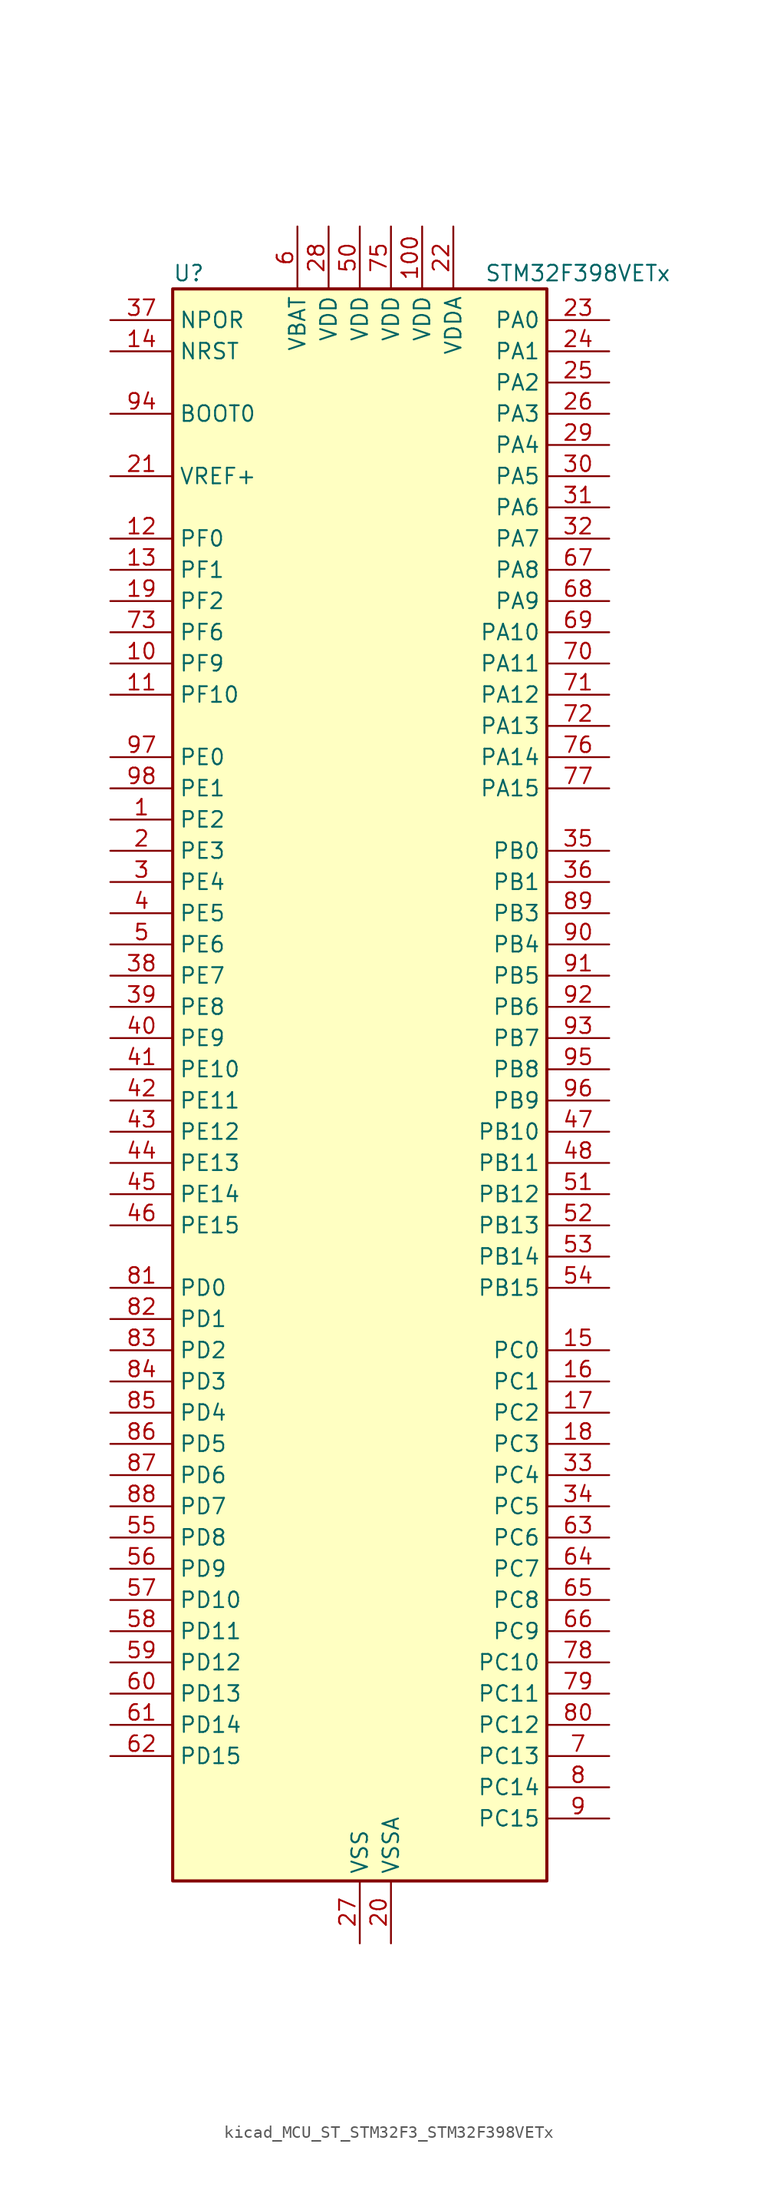
<source format=kicad_sym>
(kicad_symbol_lib
  (version 20220914)
  (generator kicad_symbol_editor)
  (symbol "kicad_MCU_ST_STM32F3_STM32F398VETx"
    (property "Reference" "U"
      (at -15.24 67.31 0)
      (effects (font (size 1.27 1.27)) (justify left)))
    (property "Value" "STM32F398VETx"
      (at 10.16 67.31 0)
      (effects (font (size 1.27 1.27)) (justify left)))
    (property "ki_locked" ""
      (at 0 0 0)
      (effects (font (size 1.27 1.27))))
    (symbol "kicad_MCU_ST_STM32F3_STM32F398VETx_0_1"
      (rectangle (start -15.24 -63.5) (end 15.24 66.04) (stroke (width 0.254) (type default)) (fill (type background))))
    (symbol "kicad_MCU_ST_STM32F3_STM32F398VETx_1_1"
      (pin bidirectional line (at -20.32 22.86 0) (length 5.08) (name "PE2" (effects (font (size 1.27 1.27)))) (number "1" (effects (font (size 1.27 1.27)))) (alternate "ADC3_EXTI2" bidirectional line) (alternate "ADC4_EXTI2" bidirectional line) (alternate "FMC_A23" bidirectional line) (alternate "SPI4_SCK" bidirectional line) (alternate "SYS_TRACECK" bidirectional line) (alternate "TIM20_CH1" bidirectional line) (alternate "TIM3_CH1" bidirectional line) (alternate "TSC_G7_IO1" bidirectional line))
      (pin bidirectional line (at -20.32 35.56 0) (length 5.08) (name "PF9" (effects (font (size 1.27 1.27)))) (number "10" (effects (font (size 1.27 1.27)))) (alternate "DAC1_EXTI9" bidirectional line) (alternate "FMC_CD" bidirectional line) (alternate "SPI2_SCK" bidirectional line) (alternate "TIM15_CH1" bidirectional line) (alternate "TIM20_BKIN" bidirectional line))
      (pin power_in line (at 5.08 71.12 270) (length 5.08) (name "VDD" (effects (font (size 1.27 1.27)))) (number "100" (effects (font (size 1.27 1.27)))))
      (pin bidirectional line (at -20.32 33.02 0) (length 5.08) (name "PF10" (effects (font (size 1.27 1.27)))) (number "11" (effects (font (size 1.27 1.27)))) (alternate "FMC_INTR" bidirectional line) (alternate "SPI2_SCK" bidirectional line) (alternate "TIM15_CH2" bidirectional line) (alternate "TIM20_BKIN2" bidirectional line))
      (pin bidirectional line (at -20.32 45.72 0) (length 5.08) (name "PF0" (effects (font (size 1.27 1.27)))) (number "12" (effects (font (size 1.27 1.27)))) (alternate "I2C2_SDA" bidirectional line) (alternate "I2S2_WS" bidirectional line) (alternate "RCC_OSC_IN" bidirectional line) (alternate "SPI2_NSS" bidirectional line) (alternate "TIM1_CH3N" bidirectional line))
      (pin bidirectional line (at -20.32 43.18 0) (length 5.08) (name "PF1" (effects (font (size 1.27 1.27)))) (number "13" (effects (font (size 1.27 1.27)))) (alternate "I2C2_SCL" bidirectional line) (alternate "I2S2_CK" bidirectional line) (alternate "RCC_OSC_OUT" bidirectional line) (alternate "SPI2_SCK" bidirectional line))
      (pin input line (at -20.32 60.96 0) (length 5.08) (name "NRST" (effects (font (size 1.27 1.27)))) (number "14" (effects (font (size 1.27 1.27)))))
      (pin bidirectional line (at 20.32 -20.32 180) (length 5.08) (name "PC0" (effects (font (size 1.27 1.27)))) (number "15" (effects (font (size 1.27 1.27)))) (alternate "ADC1_IN6" bidirectional line) (alternate "ADC2_IN6" bidirectional line) (alternate "COMP7_INM" bidirectional line) (alternate "TIM1_CH1" bidirectional line))
      (pin bidirectional line (at 20.32 -22.86 180) (length 5.08) (name "PC1" (effects (font (size 1.27 1.27)))) (number "16" (effects (font (size 1.27 1.27)))) (alternate "ADC1_IN7" bidirectional line) (alternate "ADC2_IN7" bidirectional line) (alternate "COMP7_INP" bidirectional line) (alternate "TIM1_CH2" bidirectional line))
      (pin bidirectional line (at 20.32 -25.4 180) (length 5.08) (name "PC2" (effects (font (size 1.27 1.27)))) (number "17" (effects (font (size 1.27 1.27)))) (alternate "ADC1_IN8" bidirectional line) (alternate "ADC2_IN8" bidirectional line) (alternate "ADC3_EXTI2" bidirectional line) (alternate "ADC4_EXTI2" bidirectional line) (alternate "COMP7_OUT" bidirectional line) (alternate "TIM1_CH3" bidirectional line))
      (pin bidirectional line (at 20.32 -27.94 180) (length 5.08) (name "PC3" (effects (font (size 1.27 1.27)))) (number "18" (effects (font (size 1.27 1.27)))) (alternate "ADC1_IN9" bidirectional line) (alternate "ADC2_IN9" bidirectional line) (alternate "TIM1_BKIN2" bidirectional line) (alternate "TIM1_CH4" bidirectional line))
      (pin bidirectional line (at -20.32 40.64 0) (length 5.08) (name "PF2" (effects (font (size 1.27 1.27)))) (number "19" (effects (font (size 1.27 1.27)))) (alternate "ADC1_IN10" bidirectional line) (alternate "ADC2_IN10" bidirectional line) (alternate "ADC3_EXTI2" bidirectional line) (alternate "ADC4_EXTI2" bidirectional line) (alternate "FMC_A2" bidirectional line) (alternate "TIM20_CH3" bidirectional line))
      (pin bidirectional line (at -20.32 20.32 0) (length 5.08) (name "PE3" (effects (font (size 1.27 1.27)))) (number "2" (effects (font (size 1.27 1.27)))) (alternate "FMC_A19" bidirectional line) (alternate "SPI4_NSS" bidirectional line) (alternate "SYS_TRACED0" bidirectional line) (alternate "TIM20_CH2" bidirectional line) (alternate "TIM3_CH2" bidirectional line) (alternate "TSC_G7_IO2" bidirectional line))
      (pin power_in line (at 2.54 -68.58 90) (length 5.08) (name "VSSA" (effects (font (size 1.27 1.27)))) (number "20" (effects (font (size 1.27 1.27)))))
      (pin input line (at -20.32 50.8 0) (length 5.08) (name "VREF+" (effects (font (size 1.27 1.27)))) (number "21" (effects (font (size 1.27 1.27)))))
      (pin power_in line (at 7.62 71.12 270) (length 5.08) (name "VDDA" (effects (font (size 1.27 1.27)))) (number "22" (effects (font (size 1.27 1.27)))))
      (pin bidirectional line (at 20.32 63.5 180) (length 5.08) (name "PA0" (effects (font (size 1.27 1.27)))) (number "23" (effects (font (size 1.27 1.27)))) (alternate "ADC1_IN1" bidirectional line) (alternate "COMP1_INM" bidirectional line) (alternate "COMP1_OUT" bidirectional line) (alternate "RTC_TAMP2" bidirectional line) (alternate "SYS_WKUP1" bidirectional line) (alternate "TIM2_CH1" bidirectional line) (alternate "TIM2_ETR" bidirectional line) (alternate "TIM8_BKIN" bidirectional line) (alternate "TIM8_ETR" bidirectional line) (alternate "TSC_G1_IO1" bidirectional line) (alternate "USART2_CTS" bidirectional line))
      (pin bidirectional line (at 20.32 60.96 180) (length 5.08) (name "PA1" (effects (font (size 1.27 1.27)))) (number "24" (effects (font (size 1.27 1.27)))) (alternate "ADC1_IN2" bidirectional line) (alternate "COMP1_INP" bidirectional line) (alternate "OPAMP1_VINP" bidirectional line) (alternate "OPAMP1_VINP_SEC" bidirectional line) (alternate "OPAMP3_VINP" bidirectional line) (alternate "OPAMP3_VINP_SEC" bidirectional line) (alternate "RTC_REFIN" bidirectional line) (alternate "TIM15_CH1N" bidirectional line) (alternate "TIM2_CH2" bidirectional line) (alternate "TSC_G1_IO2" bidirectional line) (alternate "USART2_DE" bidirectional line) (alternate "USART2_RTS" bidirectional line))
      (pin bidirectional line (at 20.32 58.42 180) (length 5.08) (name "PA2" (effects (font (size 1.27 1.27)))) (number "25" (effects (font (size 1.27 1.27)))) (alternate "ADC1_IN3" bidirectional line) (alternate "ADC3_EXTI2" bidirectional line) (alternate "ADC4_EXTI2" bidirectional line) (alternate "COMP2_INM" bidirectional line) (alternate "COMP2_OUT" bidirectional line) (alternate "OPAMP1_VOUT" bidirectional line) (alternate "TIM15_CH1" bidirectional line) (alternate "TIM2_CH3" bidirectional line) (alternate "TSC_G1_IO3" bidirectional line) (alternate "USART2_TX" bidirectional line))
      (pin bidirectional line (at 20.32 55.88 180) (length 5.08) (name "PA3" (effects (font (size 1.27 1.27)))) (number "26" (effects (font (size 1.27 1.27)))) (alternate "ADC1_IN4" bidirectional line) (alternate "OPAMP1_VINM" bidirectional line) (alternate "OPAMP1_VINM_SEC" bidirectional line) (alternate "OPAMP1_VINP" bidirectional line) (alternate "OPAMP1_VINP_SEC" bidirectional line) (alternate "TIM15_CH2" bidirectional line) (alternate "TIM2_CH4" bidirectional line) (alternate "TSC_G1_IO4" bidirectional line) (alternate "USART2_RX" bidirectional line))
      (pin power_in line (at 0 -68.58 90) (length 5.08) (name "VSS" (effects (font (size 1.27 1.27)))) (number "27" (effects (font (size 1.27 1.27)))))
      (pin power_in line (at -2.54 71.12 270) (length 5.08) (name "VDD" (effects (font (size 1.27 1.27)))) (number "28" (effects (font (size 1.27 1.27)))))
      (pin bidirectional line (at 20.32 53.34 180) (length 5.08) (name "PA4" (effects (font (size 1.27 1.27)))) (number "29" (effects (font (size 1.27 1.27)))) (alternate "ADC2_IN1" bidirectional line) (alternate "COMP1_INM" bidirectional line) (alternate "COMP2_INM" bidirectional line) (alternate "COMP3_INM" bidirectional line) (alternate "COMP4_INM" bidirectional line) (alternate "COMP5_INM" bidirectional line) (alternate "COMP6_INM" bidirectional line) (alternate "COMP7_INM" bidirectional line) (alternate "DAC1_OUT1" bidirectional line) (alternate "I2S3_WS" bidirectional line) (alternate "OPAMP4_VINP" bidirectional line) (alternate "OPAMP4_VINP_SEC" bidirectional line) (alternate "SPI1_NSS" bidirectional line) (alternate "SPI3_NSS" bidirectional line) (alternate "TIM3_CH2" bidirectional line) (alternate "TSC_G2_IO1" bidirectional line) (alternate "USART2_CK" bidirectional line))
      (pin bidirectional line (at -20.32 17.78 0) (length 5.08) (name "PE4" (effects (font (size 1.27 1.27)))) (number "3" (effects (font (size 1.27 1.27)))) (alternate "FMC_A20" bidirectional line) (alternate "SPI4_NSS" bidirectional line) (alternate "SYS_TRACED1" bidirectional line) (alternate "TIM20_CH1N" bidirectional line) (alternate "TIM3_CH3" bidirectional line) (alternate "TSC_G7_IO3" bidirectional line))
      (pin bidirectional line (at 20.32 50.8 180) (length 5.08) (name "PA5" (effects (font (size 1.27 1.27)))) (number "30" (effects (font (size 1.27 1.27)))) (alternate "ADC2_IN2" bidirectional line) (alternate "COMP1_INM" bidirectional line) (alternate "COMP2_INM" bidirectional line) (alternate "COMP3_INM" bidirectional line) (alternate "COMP4_INM" bidirectional line) (alternate "COMP5_INM" bidirectional line) (alternate "COMP6_INM" bidirectional line) (alternate "COMP7_INM" bidirectional line) (alternate "DAC1_OUT2" bidirectional line) (alternate "OPAMP1_VINP" bidirectional line) (alternate "OPAMP1_VINP_SEC" bidirectional line) (alternate "OPAMP2_VINM" bidirectional line) (alternate "OPAMP2_VINM_SEC" bidirectional line) (alternate "OPAMP3_VINP" bidirectional line) (alternate "OPAMP3_VINP_SEC" bidirectional line) (alternate "SPI1_SCK" bidirectional line) (alternate "TIM2_CH1" bidirectional line) (alternate "TIM2_ETR" bidirectional line) (alternate "TSC_G2_IO2" bidirectional line))
      (pin bidirectional line (at 20.32 48.26 180) (length 5.08) (name "PA6" (effects (font (size 1.27 1.27)))) (number "31" (effects (font (size 1.27 1.27)))) (alternate "ADC2_IN3" bidirectional line) (alternate "COMP1_OUT" bidirectional line) (alternate "OPAMP2_VOUT" bidirectional line) (alternate "SPI1_MISO" bidirectional line) (alternate "TIM16_CH1" bidirectional line) (alternate "TIM1_BKIN" bidirectional line) (alternate "TIM3_CH1" bidirectional line) (alternate "TIM8_BKIN" bidirectional line) (alternate "TSC_G2_IO3" bidirectional line))
      (pin bidirectional line (at 20.32 45.72 180) (length 5.08) (name "PA7" (effects (font (size 1.27 1.27)))) (number "32" (effects (font (size 1.27 1.27)))) (alternate "ADC2_IN4" bidirectional line) (alternate "COMP2_INP" bidirectional line) (alternate "OPAMP1_VINP" bidirectional line) (alternate "OPAMP1_VINP_SEC" bidirectional line) (alternate "OPAMP2_VINP" bidirectional line) (alternate "OPAMP2_VINP_SEC" bidirectional line) (alternate "SPI1_MOSI" bidirectional line) (alternate "TIM17_CH1" bidirectional line) (alternate "TIM1_CH1N" bidirectional line) (alternate "TIM3_CH2" bidirectional line) (alternate "TIM8_CH1N" bidirectional line) (alternate "TSC_G2_IO4" bidirectional line))
      (pin bidirectional line (at 20.32 -30.48 180) (length 5.08) (name "PC4" (effects (font (size 1.27 1.27)))) (number "33" (effects (font (size 1.27 1.27)))) (alternate "ADC2_IN5" bidirectional line) (alternate "TIM1_ETR" bidirectional line) (alternate "USART1_TX" bidirectional line))
      (pin bidirectional line (at 20.32 -33.02 180) (length 5.08) (name "PC5" (effects (font (size 1.27 1.27)))) (number "34" (effects (font (size 1.27 1.27)))) (alternate "ADC2_IN11" bidirectional line) (alternate "OPAMP1_VINM" bidirectional line) (alternate "OPAMP1_VINM_SEC" bidirectional line) (alternate "OPAMP2_VINM" bidirectional line) (alternate "OPAMP2_VINM_SEC" bidirectional line) (alternate "TIM15_BKIN" bidirectional line) (alternate "TSC_G3_IO1" bidirectional line) (alternate "USART1_RX" bidirectional line))
      (pin bidirectional line (at 20.32 20.32 180) (length 5.08) (name "PB0" (effects (font (size 1.27 1.27)))) (number "35" (effects (font (size 1.27 1.27)))) (alternate "ADC3_IN12" bidirectional line) (alternate "COMP4_INP" bidirectional line) (alternate "OPAMP2_VINP" bidirectional line) (alternate "OPAMP2_VINP_SEC" bidirectional line) (alternate "OPAMP3_VINP" bidirectional line) (alternate "OPAMP3_VINP_SEC" bidirectional line) (alternate "TIM1_CH2N" bidirectional line) (alternate "TIM3_CH3" bidirectional line) (alternate "TIM8_CH2N" bidirectional line) (alternate "TSC_G3_IO2" bidirectional line))
      (pin bidirectional line (at 20.32 17.78 180) (length 5.08) (name "PB1" (effects (font (size 1.27 1.27)))) (number "36" (effects (font (size 1.27 1.27)))) (alternate "ADC3_IN1" bidirectional line) (alternate "COMP4_OUT" bidirectional line) (alternate "OPAMP3_VOUT" bidirectional line) (alternate "TIM1_CH3N" bidirectional line) (alternate "TIM3_CH4" bidirectional line) (alternate "TIM8_CH3N" bidirectional line) (alternate "TSC_G3_IO3" bidirectional line))
      (pin input line (at -20.32 63.5 0) (length 5.08) (name "NPOR" (effects (font (size 1.27 1.27)))) (number "37" (effects (font (size 1.27 1.27)))))
      (pin bidirectional line (at -20.32 10.16 0) (length 5.08) (name "PE7" (effects (font (size 1.27 1.27)))) (number "38" (effects (font (size 1.27 1.27)))) (alternate "ADC3_IN13" bidirectional line) (alternate "FMC_D4" bidirectional line) (alternate "FMC_DA4" bidirectional line) (alternate "TIM1_ETR" bidirectional line))
      (pin bidirectional line (at -20.32 7.62 0) (length 5.08) (name "PE8" (effects (font (size 1.27 1.27)))) (number "39" (effects (font (size 1.27 1.27)))) (alternate "ADC3_IN6" bidirectional line) (alternate "ADC4_IN6" bidirectional line) (alternate "COMP4_INM" bidirectional line) (alternate "FMC_D5" bidirectional line) (alternate "FMC_DA5" bidirectional line) (alternate "TIM1_CH1N" bidirectional line))
      (pin bidirectional line (at -20.32 15.24 0) (length 5.08) (name "PE5" (effects (font (size 1.27 1.27)))) (number "4" (effects (font (size 1.27 1.27)))) (alternate "FMC_A21" bidirectional line) (alternate "SPI4_MISO" bidirectional line) (alternate "SYS_TRACED2" bidirectional line) (alternate "TIM20_CH2N" bidirectional line) (alternate "TIM3_CH4" bidirectional line) (alternate "TSC_G7_IO4" bidirectional line))
      (pin bidirectional line (at -20.32 5.08 0) (length 5.08) (name "PE9" (effects (font (size 1.27 1.27)))) (number "40" (effects (font (size 1.27 1.27)))) (alternate "ADC3_IN2" bidirectional line) (alternate "DAC1_EXTI9" bidirectional line) (alternate "FMC_D6" bidirectional line) (alternate "FMC_DA6" bidirectional line) (alternate "TIM1_CH1" bidirectional line))
      (pin bidirectional line (at -20.32 2.54 0) (length 5.08) (name "PE10" (effects (font (size 1.27 1.27)))) (number "41" (effects (font (size 1.27 1.27)))) (alternate "ADC3_IN14" bidirectional line) (alternate "FMC_D7" bidirectional line) (alternate "FMC_DA7" bidirectional line) (alternate "TIM1_CH2N" bidirectional line))
      (pin bidirectional line (at -20.32 0 0) (length 5.08) (name "PE11" (effects (font (size 1.27 1.27)))) (number "42" (effects (font (size 1.27 1.27)))) (alternate "ADC1_EXTI11" bidirectional line) (alternate "ADC2_EXTI11" bidirectional line) (alternate "ADC3_IN15" bidirectional line) (alternate "FMC_D8" bidirectional line) (alternate "FMC_DA8" bidirectional line) (alternate "SPI4_NSS" bidirectional line) (alternate "TIM1_CH2" bidirectional line))
      (pin bidirectional line (at -20.32 -2.54 0) (length 5.08) (name "PE12" (effects (font (size 1.27 1.27)))) (number "43" (effects (font (size 1.27 1.27)))) (alternate "ADC3_IN16" bidirectional line) (alternate "FMC_D9" bidirectional line) (alternate "FMC_DA9" bidirectional line) (alternate "SPI4_SCK" bidirectional line) (alternate "TIM1_CH3N" bidirectional line))
      (pin bidirectional line (at -20.32 -5.08 0) (length 5.08) (name "PE13" (effects (font (size 1.27 1.27)))) (number "44" (effects (font (size 1.27 1.27)))) (alternate "ADC3_IN3" bidirectional line) (alternate "FMC_D10" bidirectional line) (alternate "FMC_DA10" bidirectional line) (alternate "SPI4_MISO" bidirectional line) (alternate "TIM1_CH3" bidirectional line))
      (pin bidirectional line (at -20.32 -7.62 0) (length 5.08) (name "PE14" (effects (font (size 1.27 1.27)))) (number "45" (effects (font (size 1.27 1.27)))) (alternate "ADC4_IN1" bidirectional line) (alternate "FMC_D11" bidirectional line) (alternate "FMC_DA11" bidirectional line) (alternate "SPI4_MOSI" bidirectional line) (alternate "TIM1_BKIN2" bidirectional line) (alternate "TIM1_CH4" bidirectional line))
      (pin bidirectional line (at -20.32 -10.16 0) (length 5.08) (name "PE15" (effects (font (size 1.27 1.27)))) (number "46" (effects (font (size 1.27 1.27)))) (alternate "ADC1_EXTI15" bidirectional line) (alternate "ADC2_EXTI15" bidirectional line) (alternate "ADC3_EXTI15" bidirectional line) (alternate "ADC4_EXTI15" bidirectional line) (alternate "ADC4_IN2" bidirectional line) (alternate "FMC_D12" bidirectional line) (alternate "FMC_DA12" bidirectional line) (alternate "TIM1_BKIN" bidirectional line) (alternate "USART3_RX" bidirectional line))
      (pin bidirectional line (at 20.32 -2.54 180) (length 5.08) (name "PB10" (effects (font (size 1.27 1.27)))) (number "47" (effects (font (size 1.27 1.27)))) (alternate "COMP5_INM" bidirectional line) (alternate "OPAMP3_VINM" bidirectional line) (alternate "OPAMP3_VINM_SEC" bidirectional line) (alternate "OPAMP4_VINM" bidirectional line) (alternate "OPAMP4_VINM_SEC" bidirectional line) (alternate "TIM2_CH3" bidirectional line) (alternate "TSC_SYNC" bidirectional line) (alternate "USART3_TX" bidirectional line))
      (pin bidirectional line (at 20.32 -5.08 180) (length 5.08) (name "PB11" (effects (font (size 1.27 1.27)))) (number "48" (effects (font (size 1.27 1.27)))) (alternate "ADC1_EXTI11" bidirectional line) (alternate "ADC1_IN14" bidirectional line) (alternate "ADC2_EXTI11" bidirectional line) (alternate "ADC2_IN14" bidirectional line) (alternate "COMP6_INP" bidirectional line) (alternate "OPAMP4_VINP" bidirectional line) (alternate "OPAMP4_VINP_SEC" bidirectional line) (alternate "TIM2_CH4" bidirectional line) (alternate "TSC_G6_IO1" bidirectional line) (alternate "USART3_RX" bidirectional line))
      (pin passive line (at 0 -68.58 90) (length 5.08) hide (name "VSS" (effects (font (size 1.27 1.27)))) (number "49" (effects (font (size 1.27 1.27)))))
      (pin bidirectional line (at -20.32 12.7 0) (length 5.08) (name "PE6" (effects (font (size 1.27 1.27)))) (number "5" (effects (font (size 1.27 1.27)))) (alternate "FMC_A22" bidirectional line) (alternate "RTC_TAMP3" bidirectional line) (alternate "SPI4_MOSI" bidirectional line) (alternate "SYS_TRACED3" bidirectional line) (alternate "SYS_WKUP3" bidirectional line) (alternate "TIM20_CH3N" bidirectional line))
      (pin power_in line (at 0 71.12 270) (length 5.08) (name "VDD" (effects (font (size 1.27 1.27)))) (number "50" (effects (font (size 1.27 1.27)))))
      (pin bidirectional line (at 20.32 -7.62 180) (length 5.08) (name "PB12" (effects (font (size 1.27 1.27)))) (number "51" (effects (font (size 1.27 1.27)))) (alternate "ADC4_IN3" bidirectional line) (alternate "COMP3_INM" bidirectional line) (alternate "I2C2_SMBA" bidirectional line) (alternate "I2S2_WS" bidirectional line) (alternate "OPAMP4_VOUT" bidirectional line) (alternate "SPI2_NSS" bidirectional line) (alternate "TIM1_BKIN" bidirectional line) (alternate "TSC_G6_IO2" bidirectional line) (alternate "USART3_CK" bidirectional line))
      (pin bidirectional line (at 20.32 -10.16 180) (length 5.08) (name "PB13" (effects (font (size 1.27 1.27)))) (number "52" (effects (font (size 1.27 1.27)))) (alternate "ADC3_IN5" bidirectional line) (alternate "COMP5_INP" bidirectional line) (alternate "I2S2_CK" bidirectional line) (alternate "OPAMP3_VINP" bidirectional line) (alternate "OPAMP3_VINP_SEC" bidirectional line) (alternate "OPAMP4_VINP" bidirectional line) (alternate "OPAMP4_VINP_SEC" bidirectional line) (alternate "SPI2_SCK" bidirectional line) (alternate "TIM1_CH1N" bidirectional line) (alternate "TSC_G6_IO3" bidirectional line) (alternate "USART3_CTS" bidirectional line))
      (pin bidirectional line (at 20.32 -12.7 180) (length 5.08) (name "PB14" (effects (font (size 1.27 1.27)))) (number "53" (effects (font (size 1.27 1.27)))) (alternate "ADC4_IN4" bidirectional line) (alternate "COMP3_INP" bidirectional line) (alternate "I2S2_ext_SD" bidirectional line) (alternate "OPAMP2_VINP" bidirectional line) (alternate "OPAMP2_VINP_SEC" bidirectional line) (alternate "SPI2_MISO" bidirectional line) (alternate "TIM15_CH1" bidirectional line) (alternate "TIM1_CH2N" bidirectional line) (alternate "TSC_G6_IO4" bidirectional line) (alternate "USART3_DE" bidirectional line) (alternate "USART3_RTS" bidirectional line))
      (pin bidirectional line (at 20.32 -15.24 180) (length 5.08) (name "PB15" (effects (font (size 1.27 1.27)))) (number "54" (effects (font (size 1.27 1.27)))) (alternate "ADC1_EXTI15" bidirectional line) (alternate "ADC2_EXTI15" bidirectional line) (alternate "ADC3_EXTI15" bidirectional line) (alternate "ADC4_EXTI15" bidirectional line) (alternate "ADC4_IN5" bidirectional line) (alternate "COMP6_INM" bidirectional line) (alternate "I2S2_SD" bidirectional line) (alternate "RTC_REFIN" bidirectional line) (alternate "SPI2_MOSI" bidirectional line) (alternate "TIM15_CH1N" bidirectional line) (alternate "TIM15_CH2" bidirectional line) (alternate "TIM1_CH3N" bidirectional line))
      (pin bidirectional line (at -20.32 -35.56 0) (length 5.08) (name "PD8" (effects (font (size 1.27 1.27)))) (number "55" (effects (font (size 1.27 1.27)))) (alternate "ADC4_IN12" bidirectional line) (alternate "FMC_D13" bidirectional line) (alternate "FMC_DA13" bidirectional line) (alternate "OPAMP4_VINM" bidirectional line) (alternate "OPAMP4_VINM_SEC" bidirectional line) (alternate "USART3_TX" bidirectional line))
      (pin bidirectional line (at -20.32 -38.1 0) (length 5.08) (name "PD9" (effects (font (size 1.27 1.27)))) (number "56" (effects (font (size 1.27 1.27)))) (alternate "ADC4_IN13" bidirectional line) (alternate "DAC1_EXTI9" bidirectional line) (alternate "FMC_D14" bidirectional line) (alternate "FMC_DA14" bidirectional line) (alternate "USART3_RX" bidirectional line))
      (pin bidirectional line (at -20.32 -40.64 0) (length 5.08) (name "PD10" (effects (font (size 1.27 1.27)))) (number "57" (effects (font (size 1.27 1.27)))) (alternate "ADC3_IN7" bidirectional line) (alternate "ADC4_IN7" bidirectional line) (alternate "COMP6_INM" bidirectional line) (alternate "FMC_D15" bidirectional line) (alternate "FMC_DA15" bidirectional line) (alternate "USART3_CK" bidirectional line))
      (pin bidirectional line (at -20.32 -43.18 0) (length 5.08) (name "PD11" (effects (font (size 1.27 1.27)))) (number "58" (effects (font (size 1.27 1.27)))) (alternate "ADC1_EXTI11" bidirectional line) (alternate "ADC2_EXTI11" bidirectional line) (alternate "ADC3_IN8" bidirectional line) (alternate "ADC4_IN8" bidirectional line) (alternate "FMC_A16" bidirectional line) (alternate "FMC_CLE" bidirectional line) (alternate "OPAMP4_VINP" bidirectional line) (alternate "OPAMP4_VINP_SEC" bidirectional line) (alternate "USART3_CTS" bidirectional line))
      (pin bidirectional line (at -20.32 -45.72 0) (length 5.08) (name "PD12" (effects (font (size 1.27 1.27)))) (number "59" (effects (font (size 1.27 1.27)))) (alternate "ADC3_IN9" bidirectional line) (alternate "ADC4_IN9" bidirectional line) (alternate "FMC_A17" bidirectional line) (alternate "FMC_ALE" bidirectional line) (alternate "TIM4_CH1" bidirectional line) (alternate "TSC_G8_IO1" bidirectional line) (alternate "USART3_DE" bidirectional line) (alternate "USART3_RTS" bidirectional line))
      (pin power_in line (at -5.08 71.12 270) (length 5.08) (name "VBAT" (effects (font (size 1.27 1.27)))) (number "6" (effects (font (size 1.27 1.27)))))
      (pin bidirectional line (at -20.32 -48.26 0) (length 5.08) (name "PD13" (effects (font (size 1.27 1.27)))) (number "60" (effects (font (size 1.27 1.27)))) (alternate "ADC3_IN10" bidirectional line) (alternate "ADC4_IN10" bidirectional line) (alternate "COMP5_INM" bidirectional line) (alternate "FMC_A18" bidirectional line) (alternate "TIM4_CH2" bidirectional line) (alternate "TSC_G8_IO2" bidirectional line))
      (pin bidirectional line (at -20.32 -50.8 0) (length 5.08) (name "PD14" (effects (font (size 1.27 1.27)))) (number "61" (effects (font (size 1.27 1.27)))) (alternate "ADC3_IN11" bidirectional line) (alternate "ADC4_IN11" bidirectional line) (alternate "FMC_D0" bidirectional line) (alternate "FMC_DA0" bidirectional line) (alternate "OPAMP2_VINP" bidirectional line) (alternate "OPAMP2_VINP_SEC" bidirectional line) (alternate "TIM4_CH3" bidirectional line) (alternate "TSC_G8_IO3" bidirectional line))
      (pin bidirectional line (at -20.32 -53.34 0) (length 5.08) (name "PD15" (effects (font (size 1.27 1.27)))) (number "62" (effects (font (size 1.27 1.27)))) (alternate "ADC1_EXTI15" bidirectional line) (alternate "ADC2_EXTI15" bidirectional line) (alternate "ADC3_EXTI15" bidirectional line) (alternate "ADC4_EXTI15" bidirectional line) (alternate "COMP3_INM" bidirectional line) (alternate "FMC_D1" bidirectional line) (alternate "FMC_DA1" bidirectional line) (alternate "SPI2_NSS" bidirectional line) (alternate "TIM4_CH4" bidirectional line) (alternate "TSC_G8_IO4" bidirectional line))
      (pin bidirectional line (at 20.32 -35.56 180) (length 5.08) (name "PC6" (effects (font (size 1.27 1.27)))) (number "63" (effects (font (size 1.27 1.27)))) (alternate "COMP6_OUT" bidirectional line) (alternate "I2S2_MCK" bidirectional line) (alternate "TIM3_CH1" bidirectional line) (alternate "TIM8_CH1" bidirectional line))
      (pin bidirectional line (at 20.32 -38.1 180) (length 5.08) (name "PC7" (effects (font (size 1.27 1.27)))) (number "64" (effects (font (size 1.27 1.27)))) (alternate "COMP5_OUT" bidirectional line) (alternate "I2S3_MCK" bidirectional line) (alternate "TIM3_CH2" bidirectional line) (alternate "TIM8_CH2" bidirectional line))
      (pin bidirectional line (at 20.32 -40.64 180) (length 5.08) (name "PC8" (effects (font (size 1.27 1.27)))) (number "65" (effects (font (size 1.27 1.27)))) (alternate "COMP3_OUT" bidirectional line) (alternate "TIM3_CH3" bidirectional line) (alternate "TIM8_CH3" bidirectional line))
      (pin bidirectional line (at 20.32 -43.18 180) (length 5.08) (name "PC9" (effects (font (size 1.27 1.27)))) (number "66" (effects (font (size 1.27 1.27)))) (alternate "DAC1_EXTI9" bidirectional line) (alternate "I2C3_SDA" bidirectional line) (alternate "I2S_CKIN" bidirectional line) (alternate "TIM3_CH4" bidirectional line) (alternate "TIM8_BKIN2" bidirectional line) (alternate "TIM8_CH4" bidirectional line))
      (pin bidirectional line (at 20.32 43.18 180) (length 5.08) (name "PA8" (effects (font (size 1.27 1.27)))) (number "67" (effects (font (size 1.27 1.27)))) (alternate "COMP3_OUT" bidirectional line) (alternate "I2C2_SMBA" bidirectional line) (alternate "I2C3_SCL" bidirectional line) (alternate "I2S2_MCK" bidirectional line) (alternate "RCC_MCO" bidirectional line) (alternate "TIM1_CH1" bidirectional line) (alternate "TIM4_ETR" bidirectional line) (alternate "USART1_CK" bidirectional line))
      (pin bidirectional line (at 20.32 40.64 180) (length 5.08) (name "PA9" (effects (font (size 1.27 1.27)))) (number "68" (effects (font (size 1.27 1.27)))) (alternate "COMP5_OUT" bidirectional line) (alternate "DAC1_EXTI9" bidirectional line) (alternate "I2C2_SCL" bidirectional line) (alternate "I2C3_SMBA" bidirectional line) (alternate "I2S3_MCK" bidirectional line) (alternate "TIM15_BKIN" bidirectional line) (alternate "TIM1_CH2" bidirectional line) (alternate "TIM2_CH3" bidirectional line) (alternate "TSC_G4_IO1" bidirectional line) (alternate "USART1_TX" bidirectional line))
      (pin bidirectional line (at 20.32 38.1 180) (length 5.08) (name "PA10" (effects (font (size 1.27 1.27)))) (number "69" (effects (font (size 1.27 1.27)))) (alternate "COMP6_OUT" bidirectional line) (alternate "I2C2_SDA" bidirectional line) (alternate "I2S2_ext_SD" bidirectional line) (alternate "SPI2_MISO" bidirectional line) (alternate "TIM17_BKIN" bidirectional line) (alternate "TIM1_CH3" bidirectional line) (alternate "TIM2_CH4" bidirectional line) (alternate "TIM8_BKIN" bidirectional line) (alternate "TSC_G4_IO2" bidirectional line) (alternate "USART1_RX" bidirectional line))
      (pin bidirectional line (at 20.32 -53.34 180) (length 5.08) (name "PC13" (effects (font (size 1.27 1.27)))) (number "7" (effects (font (size 1.27 1.27)))) (alternate "RTC_OUT_ALARM" bidirectional line) (alternate "RTC_OUT_CALIB" bidirectional line) (alternate "RTC_TAMP1" bidirectional line) (alternate "RTC_TS" bidirectional line) (alternate "SYS_WKUP2" bidirectional line) (alternate "TIM1_CH1N" bidirectional line))
      (pin bidirectional line (at 20.32 35.56 180) (length 5.08) (name "PA11" (effects (font (size 1.27 1.27)))) (number "70" (effects (font (size 1.27 1.27)))) (alternate "ADC1_EXTI11" bidirectional line) (alternate "ADC2_EXTI11" bidirectional line) (alternate "CAN_RX" bidirectional line) (alternate "COMP1_OUT" bidirectional line) (alternate "I2S2_SD" bidirectional line) (alternate "SPI2_MOSI" bidirectional line) (alternate "TIM1_BKIN2" bidirectional line) (alternate "TIM1_CH1N" bidirectional line) (alternate "TIM1_CH4" bidirectional line) (alternate "TIM4_CH1" bidirectional line) (alternate "USART1_CTS" bidirectional line))
      (pin bidirectional line (at 20.32 33.02 180) (length 5.08) (name "PA12" (effects (font (size 1.27 1.27)))) (number "71" (effects (font (size 1.27 1.27)))) (alternate "CAN_TX" bidirectional line) (alternate "COMP2_OUT" bidirectional line) (alternate "I2S_CKIN" bidirectional line) (alternate "TIM16_CH1" bidirectional line) (alternate "TIM1_CH2N" bidirectional line) (alternate "TIM1_ETR" bidirectional line) (alternate "TIM4_CH2" bidirectional line) (alternate "USART1_DE" bidirectional line) (alternate "USART1_RTS" bidirectional line))
      (pin bidirectional line (at 20.32 30.48 180) (length 5.08) (name "PA13" (effects (font (size 1.27 1.27)))) (number "72" (effects (font (size 1.27 1.27)))) (alternate "IR_OUT" bidirectional line) (alternate "SYS_JTMS-SWDIO" bidirectional line) (alternate "TIM16_CH1N" bidirectional line) (alternate "TIM4_CH3" bidirectional line) (alternate "TSC_G4_IO3" bidirectional line) (alternate "USART3_CTS" bidirectional line))
      (pin bidirectional line (at -20.32 38.1 0) (length 5.08) (name "PF6" (effects (font (size 1.27 1.27)))) (number "73" (effects (font (size 1.27 1.27)))) (alternate "FMC_NIORD" bidirectional line) (alternate "I2C2_SCL" bidirectional line) (alternate "TIM4_CH4" bidirectional line) (alternate "USART3_DE" bidirectional line) (alternate "USART3_RTS" bidirectional line))
      (pin passive line (at 0 -68.58 90) (length 5.08) hide (name "VSS" (effects (font (size 1.27 1.27)))) (number "74" (effects (font (size 1.27 1.27)))))
      (pin power_in line (at 2.54 71.12 270) (length 5.08) (name "VDD" (effects (font (size 1.27 1.27)))) (number "75" (effects (font (size 1.27 1.27)))))
      (pin bidirectional line (at 20.32 27.94 180) (length 5.08) (name "PA14" (effects (font (size 1.27 1.27)))) (number "76" (effects (font (size 1.27 1.27)))) (alternate "I2C1_SDA" bidirectional line) (alternate "SYS_JTCK-SWCLK" bidirectional line) (alternate "TIM1_BKIN" bidirectional line) (alternate "TIM8_CH2" bidirectional line) (alternate "TSC_G4_IO4" bidirectional line) (alternate "USART2_TX" bidirectional line))
      (pin bidirectional line (at 20.32 25.4 180) (length 5.08) (name "PA15" (effects (font (size 1.27 1.27)))) (number "77" (effects (font (size 1.27 1.27)))) (alternate "ADC1_EXTI15" bidirectional line) (alternate "ADC2_EXTI15" bidirectional line) (alternate "ADC3_EXTI15" bidirectional line) (alternate "ADC4_EXTI15" bidirectional line) (alternate "I2C1_SCL" bidirectional line) (alternate "I2S3_WS" bidirectional line) (alternate "SPI1_NSS" bidirectional line) (alternate "SPI3_NSS" bidirectional line) (alternate "SYS_JTDI" bidirectional line) (alternate "TIM1_BKIN" bidirectional line) (alternate "TIM2_CH1" bidirectional line) (alternate "TIM2_ETR" bidirectional line) (alternate "TIM8_CH1" bidirectional line) (alternate "TSC_SYNC" bidirectional line) (alternate "USART2_RX" bidirectional line))
      (pin bidirectional line (at 20.32 -45.72 180) (length 5.08) (name "PC10" (effects (font (size 1.27 1.27)))) (number "78" (effects (font (size 1.27 1.27)))) (alternate "I2S3_CK" bidirectional line) (alternate "SPI3_SCK" bidirectional line) (alternate "TIM8_CH1N" bidirectional line) (alternate "UART4_TX" bidirectional line) (alternate "USART3_TX" bidirectional line))
      (pin bidirectional line (at 20.32 -48.26 180) (length 5.08) (name "PC11" (effects (font (size 1.27 1.27)))) (number "79" (effects (font (size 1.27 1.27)))) (alternate "ADC1_EXTI11" bidirectional line) (alternate "ADC2_EXTI11" bidirectional line) (alternate "I2S3_ext_SD" bidirectional line) (alternate "SPI3_MISO" bidirectional line) (alternate "TIM8_CH2N" bidirectional line) (alternate "UART4_RX" bidirectional line) (alternate "USART3_RX" bidirectional line))
      (pin bidirectional line (at 20.32 -55.88 180) (length 5.08) (name "PC14" (effects (font (size 1.27 1.27)))) (number "8" (effects (font (size 1.27 1.27)))) (alternate "RCC_OSC32_IN" bidirectional line))
      (pin bidirectional line (at 20.32 -50.8 180) (length 5.08) (name "PC12" (effects (font (size 1.27 1.27)))) (number "80" (effects (font (size 1.27 1.27)))) (alternate "I2S3_SD" bidirectional line) (alternate "SPI3_MOSI" bidirectional line) (alternate "TIM8_CH3N" bidirectional line) (alternate "UART5_TX" bidirectional line) (alternate "USART3_CK" bidirectional line))
      (pin bidirectional line (at -20.32 -15.24 0) (length 5.08) (name "PD0" (effects (font (size 1.27 1.27)))) (number "81" (effects (font (size 1.27 1.27)))) (alternate "CAN_RX" bidirectional line) (alternate "FMC_D2" bidirectional line) (alternate "FMC_DA2" bidirectional line))
      (pin bidirectional line (at -20.32 -17.78 0) (length 5.08) (name "PD1" (effects (font (size 1.27 1.27)))) (number "82" (effects (font (size 1.27 1.27)))) (alternate "CAN_TX" bidirectional line) (alternate "FMC_D3" bidirectional line) (alternate "FMC_DA3" bidirectional line) (alternate "TIM8_BKIN2" bidirectional line) (alternate "TIM8_CH4" bidirectional line))
      (pin bidirectional line (at -20.32 -20.32 0) (length 5.08) (name "PD2" (effects (font (size 1.27 1.27)))) (number "83" (effects (font (size 1.27 1.27)))) (alternate "ADC3_EXTI2" bidirectional line) (alternate "ADC4_EXTI2" bidirectional line) (alternate "TIM3_ETR" bidirectional line) (alternate "TIM8_BKIN" bidirectional line) (alternate "UART5_RX" bidirectional line))
      (pin bidirectional line (at -20.32 -22.86 0) (length 5.08) (name "PD3" (effects (font (size 1.27 1.27)))) (number "84" (effects (font (size 1.27 1.27)))) (alternate "FMC_CLK" bidirectional line) (alternate "TIM2_CH1" bidirectional line) (alternate "TIM2_ETR" bidirectional line) (alternate "USART2_CTS" bidirectional line))
      (pin bidirectional line (at -20.32 -25.4 0) (length 5.08) (name "PD4" (effects (font (size 1.27 1.27)))) (number "85" (effects (font (size 1.27 1.27)))) (alternate "FMC_NOE" bidirectional line) (alternate "TIM2_CH2" bidirectional line) (alternate "USART2_DE" bidirectional line) (alternate "USART2_RTS" bidirectional line))
      (pin bidirectional line (at -20.32 -27.94 0) (length 5.08) (name "PD5" (effects (font (size 1.27 1.27)))) (number "86" (effects (font (size 1.27 1.27)))) (alternate "FMC_NWE" bidirectional line) (alternate "USART2_TX" bidirectional line))
      (pin bidirectional line (at -20.32 -30.48 0) (length 5.08) (name "PD6" (effects (font (size 1.27 1.27)))) (number "87" (effects (font (size 1.27 1.27)))) (alternate "FMC_NWAIT" bidirectional line) (alternate "TIM2_CH4" bidirectional line) (alternate "USART2_RX" bidirectional line))
      (pin bidirectional line (at -20.32 -33.02 0) (length 5.08) (name "PD7" (effects (font (size 1.27 1.27)))) (number "88" (effects (font (size 1.27 1.27)))) (alternate "FMC_NCE2" bidirectional line) (alternate "FMC_NE1" bidirectional line) (alternate "TIM2_CH3" bidirectional line) (alternate "USART2_CK" bidirectional line))
      (pin bidirectional line (at 20.32 15.24 180) (length 5.08) (name "PB3" (effects (font (size 1.27 1.27)))) (number "89" (effects (font (size 1.27 1.27)))) (alternate "I2S3_CK" bidirectional line) (alternate "SPI1_SCK" bidirectional line) (alternate "SPI3_SCK" bidirectional line) (alternate "SYS_JTDO-TRACESWO" bidirectional line) (alternate "TIM2_CH2" bidirectional line) (alternate "TIM3_ETR" bidirectional line) (alternate "TIM4_ETR" bidirectional line) (alternate "TIM8_CH1N" bidirectional line) (alternate "TSC_G5_IO1" bidirectional line) (alternate "USART2_TX" bidirectional line))
      (pin bidirectional line (at 20.32 -58.42 180) (length 5.08) (name "PC15" (effects (font (size 1.27 1.27)))) (number "9" (effects (font (size 1.27 1.27)))) (alternate "ADC1_EXTI15" bidirectional line) (alternate "ADC2_EXTI15" bidirectional line) (alternate "ADC3_EXTI15" bidirectional line) (alternate "ADC4_EXTI15" bidirectional line) (alternate "RCC_OSC32_OUT" bidirectional line))
      (pin bidirectional line (at 20.32 12.7 180) (length 5.08) (name "PB4" (effects (font (size 1.27 1.27)))) (number "90" (effects (font (size 1.27 1.27)))) (alternate "I2S3_ext_SD" bidirectional line) (alternate "SPI1_MISO" bidirectional line) (alternate "SPI3_MISO" bidirectional line) (alternate "SYS_NJTRST" bidirectional line) (alternate "TIM16_CH1" bidirectional line) (alternate "TIM17_BKIN" bidirectional line) (alternate "TIM3_CH1" bidirectional line) (alternate "TIM8_CH2N" bidirectional line) (alternate "TSC_G5_IO2" bidirectional line) (alternate "USART2_RX" bidirectional line))
      (pin bidirectional line (at 20.32 10.16 180) (length 5.08) (name "PB5" (effects (font (size 1.27 1.27)))) (number "91" (effects (font (size 1.27 1.27)))) (alternate "I2C1_SMBA" bidirectional line) (alternate "I2C3_SDA" bidirectional line) (alternate "I2S3_SD" bidirectional line) (alternate "SPI1_MOSI" bidirectional line) (alternate "SPI3_MOSI" bidirectional line) (alternate "TIM16_BKIN" bidirectional line) (alternate "TIM17_CH1" bidirectional line) (alternate "TIM3_CH2" bidirectional line) (alternate "TIM8_CH3N" bidirectional line) (alternate "USART2_CK" bidirectional line))
      (pin bidirectional line (at 20.32 7.62 180) (length 5.08) (name "PB6" (effects (font (size 1.27 1.27)))) (number "92" (effects (font (size 1.27 1.27)))) (alternate "I2C1_SCL" bidirectional line) (alternate "TIM16_CH1N" bidirectional line) (alternate "TIM4_CH1" bidirectional line) (alternate "TIM8_BKIN2" bidirectional line) (alternate "TIM8_CH1" bidirectional line) (alternate "TIM8_ETR" bidirectional line) (alternate "TSC_G5_IO3" bidirectional line) (alternate "USART1_TX" bidirectional line))
      (pin bidirectional line (at 20.32 5.08 180) (length 5.08) (name "PB7" (effects (font (size 1.27 1.27)))) (number "93" (effects (font (size 1.27 1.27)))) (alternate "FMC_NL" bidirectional line) (alternate "I2C1_SDA" bidirectional line) (alternate "TIM17_CH1N" bidirectional line) (alternate "TIM3_CH4" bidirectional line) (alternate "TIM4_CH2" bidirectional line) (alternate "TIM8_BKIN" bidirectional line) (alternate "TSC_G5_IO4" bidirectional line) (alternate "USART1_RX" bidirectional line))
      (pin input line (at -20.32 55.88 0) (length 5.08) (name "BOOT0" (effects (font (size 1.27 1.27)))) (number "94" (effects (font (size 1.27 1.27)))))
      (pin bidirectional line (at 20.32 2.54 180) (length 5.08) (name "PB8" (effects (font (size 1.27 1.27)))) (number "95" (effects (font (size 1.27 1.27)))) (alternate "CAN_RX" bidirectional line) (alternate "COMP1_OUT" bidirectional line) (alternate "I2C1_SCL" bidirectional line) (alternate "TIM16_CH1" bidirectional line) (alternate "TIM1_BKIN" bidirectional line) (alternate "TIM4_CH3" bidirectional line) (alternate "TIM8_CH2" bidirectional line) (alternate "TSC_SYNC" bidirectional line) (alternate "USART3_RX" bidirectional line))
      (pin bidirectional line (at 20.32 0 180) (length 5.08) (name "PB9" (effects (font (size 1.27 1.27)))) (number "96" (effects (font (size 1.27 1.27)))) (alternate "CAN_TX" bidirectional line) (alternate "COMP2_OUT" bidirectional line) (alternate "DAC1_EXTI9" bidirectional line) (alternate "I2C1_SDA" bidirectional line) (alternate "IR_OUT" bidirectional line) (alternate "TIM17_CH1" bidirectional line) (alternate "TIM4_CH4" bidirectional line) (alternate "TIM8_CH3" bidirectional line) (alternate "USART3_TX" bidirectional line))
      (pin bidirectional line (at -20.32 27.94 0) (length 5.08) (name "PE0" (effects (font (size 1.27 1.27)))) (number "97" (effects (font (size 1.27 1.27)))) (alternate "FMC_NBL0" bidirectional line) (alternate "TIM16_CH1" bidirectional line) (alternate "TIM20_ETR" bidirectional line) (alternate "TIM4_ETR" bidirectional line) (alternate "USART1_TX" bidirectional line))
      (pin bidirectional line (at -20.32 25.4 0) (length 5.08) (name "PE1" (effects (font (size 1.27 1.27)))) (number "98" (effects (font (size 1.27 1.27)))) (alternate "FMC_NBL1" bidirectional line) (alternate "TIM17_CH1" bidirectional line) (alternate "TIM20_CH4" bidirectional line) (alternate "USART1_RX" bidirectional line))
      (pin passive line (at 0 -68.58 90) (length 5.08) hide (name "VSS" (effects (font (size 1.27 1.27)))) (number "99" (effects (font (size 1.27 1.27))))))))
</source>
